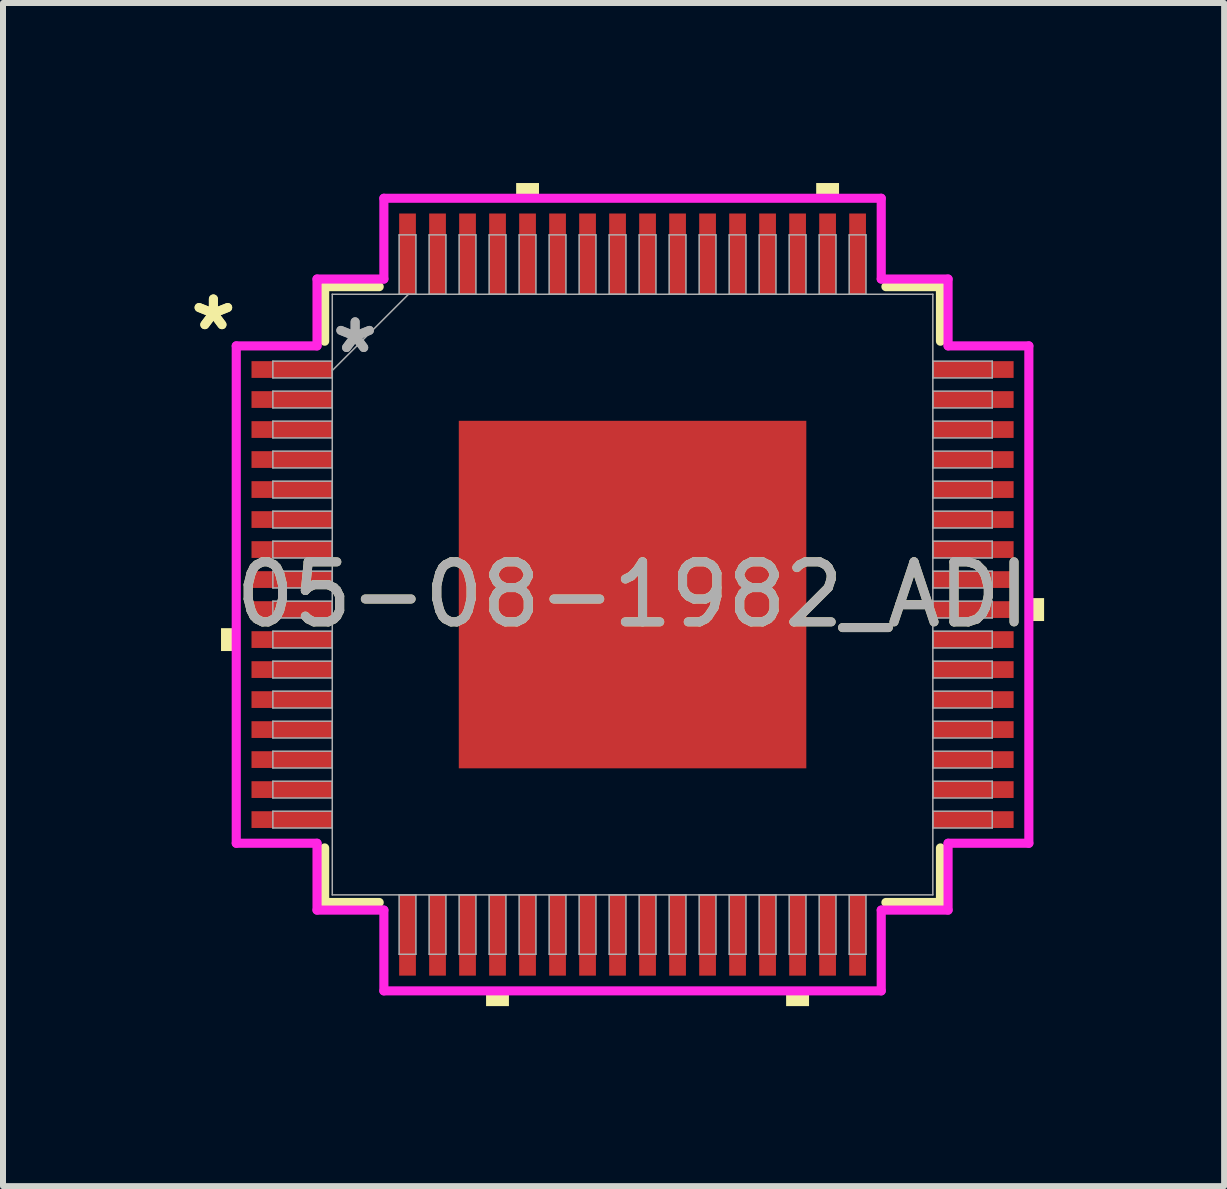
<source format=kicad_pcb>
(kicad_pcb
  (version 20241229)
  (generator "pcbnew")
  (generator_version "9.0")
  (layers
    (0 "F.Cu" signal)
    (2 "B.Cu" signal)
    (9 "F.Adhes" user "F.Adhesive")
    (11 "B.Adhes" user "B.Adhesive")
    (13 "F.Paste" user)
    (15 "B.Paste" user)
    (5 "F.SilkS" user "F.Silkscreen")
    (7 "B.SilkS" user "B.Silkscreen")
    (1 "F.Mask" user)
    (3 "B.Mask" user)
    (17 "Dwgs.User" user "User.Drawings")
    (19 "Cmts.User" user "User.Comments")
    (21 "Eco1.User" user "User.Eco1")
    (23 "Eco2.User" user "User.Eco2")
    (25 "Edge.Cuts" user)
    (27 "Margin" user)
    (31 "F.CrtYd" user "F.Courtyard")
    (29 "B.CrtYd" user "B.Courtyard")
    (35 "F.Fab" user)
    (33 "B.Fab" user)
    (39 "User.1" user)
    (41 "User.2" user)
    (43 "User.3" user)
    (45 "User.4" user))
  (footprint "05-08-1982_ADI"
    (layer "F.Cu")
    (at 7.491 6.858)
    (property "Reference" "05-08-1982_ADI" (at 0 0 0) (unlocked yes) (layer "F.SilkS") (effects (font (size 1 1) (thickness 0.15))))
    (attr smd)
    (fp_line (start -5.131 -5.131) (end -5.131 -4.222) (stroke (width 0.152) (type solid)) (layer "F.SilkS"))
    (fp_line (start -5.131 4.222) (end -5.131 5.131) (stroke (width 0.152) (type solid)) (layer "F.SilkS"))
    (fp_line (start -5.131 5.131) (end -4.222 5.131) (stroke (width 0.152) (type solid)) (layer "F.SilkS"))
    (fp_line (start -4.222 -5.131) (end -5.131 -5.131) (stroke (width 0.152) (type solid)) (layer "F.SilkS"))
    (fp_line (start 4.222 5.131) (end 5.131 5.131) (stroke (width 0.152) (type solid)) (layer "F.SilkS"))
    (fp_line (start 5.131 -5.131) (end 4.222 -5.131) (stroke (width 0.152) (type solid)) (layer "F.SilkS"))
    (fp_line (start 5.131 -4.222) (end 5.131 -5.131) (stroke (width 0.152) (type solid)) (layer "F.SilkS"))
    (fp_line (start 5.131 5.131) (end 5.131 4.222) (stroke (width 0.152) (type solid)) (layer "F.SilkS"))
    (fp_poly (pts (xy -6.858 0.56) (xy -6.858 0.941) (xy -6.604 0.941) (xy -6.604 0.56)) (stroke (width 0) (type solid)) (fill yes) (layer "F.SilkS"))
    (fp_poly (pts (xy -2.441 6.604) (xy -2.441 6.858) (xy -2.06 6.858) (xy -2.06 6.604)) (stroke (width 0) (type solid)) (fill yes) (layer "F.SilkS"))
    (fp_poly (pts (xy -1.94 -6.604) (xy -1.94 -6.858) (xy -1.559 -6.858) (xy -1.559 -6.604)) (stroke (width 0) (type solid)) (fill yes) (layer "F.SilkS"))
    (fp_poly (pts (xy 2.559 6.604) (xy 2.559 6.858) (xy 2.941 6.858) (xy 2.941 6.604)) (stroke (width 0) (type solid)) (fill yes) (layer "F.SilkS"))
    (fp_poly (pts (xy 3.06 -6.604) (xy 3.06 -6.858) (xy 3.441 -6.858) (xy 3.441 -6.604)) (stroke (width 0) (type solid)) (fill yes) (layer "F.SilkS"))
    (fp_poly (pts (xy 6.858 0.059) (xy 6.858 0.441) (xy 6.604 0.441) (xy 6.604 0.059)) (stroke (width 0) (type solid)) (fill yes) (layer "F.SilkS"))
    (fp_poly (pts (xy -2.796 -2.796) (xy -2.796 -1.548) (xy -1.548 -1.548) (xy -1.548 -2.796)) (stroke (width 0) (type solid)) (fill yes) (layer "F.Paste"))
    (fp_poly (pts (xy -2.796 -1.348) (xy -2.796 -0.1) (xy -1.548 -0.1) (xy -1.548 -1.348)) (stroke (width 0) (type solid)) (fill yes) (layer "F.Paste"))
    (fp_poly (pts (xy -2.796 0.1) (xy -2.796 1.348) (xy -1.548 1.348) (xy -1.548 0.1)) (stroke (width 0) (type solid)) (fill yes) (layer "F.Paste"))
    (fp_poly (pts (xy -2.796 1.548) (xy -2.796 2.796) (xy -1.548 2.796) (xy -1.548 1.548)) (stroke (width 0) (type solid)) (fill yes) (layer "F.Paste"))
    (fp_poly (pts (xy -1.348 -2.796) (xy -1.348 -1.548) (xy -0.1 -1.548) (xy -0.1 -2.796)) (stroke (width 0) (type solid)) (fill yes) (layer "F.Paste"))
    (fp_poly (pts (xy -1.348 -1.348) (xy -1.348 -0.1) (xy -0.1 -0.1) (xy -0.1 -1.348)) (stroke (width 0) (type solid)) (fill yes) (layer "F.Paste"))
    (fp_poly (pts (xy -1.348 0.1) (xy -1.348 1.348) (xy -0.1 1.348) (xy -0.1 0.1)) (stroke (width 0) (type solid)) (fill yes) (layer "F.Paste"))
    (fp_poly (pts (xy -1.348 1.548) (xy -1.348 2.796) (xy -0.1 2.796) (xy -0.1 1.548)) (stroke (width 0) (type solid)) (fill yes) (layer "F.Paste"))
    (fp_poly (pts (xy 0.1 -2.796) (xy 0.1 -1.548) (xy 1.348 -1.548) (xy 1.348 -2.796)) (stroke (width 0) (type solid)) (fill yes) (layer "F.Paste"))
    (fp_poly (pts (xy 0.1 -1.348) (xy 0.1 -0.1) (xy 1.348 -0.1) (xy 1.348 -1.348)) (stroke (width 0) (type solid)) (fill yes) (layer "F.Paste"))
    (fp_poly (pts (xy 0.1 0.1) (xy 0.1 1.348) (xy 1.348 1.348) (xy 1.348 0.1)) (stroke (width 0) (type solid)) (fill yes) (layer "F.Paste"))
    (fp_poly (pts (xy 0.1 1.548) (xy 0.1 2.796) (xy 1.348 2.796) (xy 1.348 1.548)) (stroke (width 0) (type solid)) (fill yes) (layer "F.Paste"))
    (fp_poly (pts (xy 1.548 -2.796) (xy 1.548 -1.548) (xy 2.796 -1.548) (xy 2.796 -2.796)) (stroke (width 0) (type solid)) (fill yes) (layer "F.Paste"))
    (fp_poly (pts (xy 1.548 -1.348) (xy 1.548 -0.1) (xy 2.796 -0.1) (xy 2.796 -1.348)) (stroke (width 0) (type solid)) (fill yes) (layer "F.Paste"))
    (fp_poly (pts (xy 1.548 0.1) (xy 1.548 1.348) (xy 2.796 1.348) (xy 2.796 0.1)) (stroke (width 0) (type solid)) (fill yes) (layer "F.Paste"))
    (fp_poly (pts (xy 1.548 1.548) (xy 1.548 2.796) (xy 2.796 2.796) (xy 2.796 1.548)) (stroke (width 0) (type solid)) (fill yes) (layer "F.Paste"))
    (fp_line (start -6.604 -4.144) (end -5.258 -4.144) (stroke (width 0.152) (type solid)) (layer "F.CrtYd"))
    (fp_line (start -6.604 4.144) (end -6.604 -4.144) (stroke (width 0.152) (type solid)) (layer "F.CrtYd"))
    (fp_line (start -5.258 -5.258) (end -4.144 -5.258) (stroke (width 0.152) (type solid)) (layer "F.CrtYd"))
    (fp_line (start -5.258 -4.144) (end -5.258 -5.258) (stroke (width 0.152) (type solid)) (layer "F.CrtYd"))
    (fp_line (start -5.258 4.144) (end -6.604 4.144) (stroke (width 0.152) (type solid)) (layer "F.CrtYd"))
    (fp_line (start -5.258 5.258) (end -5.258 4.144) (stroke (width 0.152) (type solid)) (layer "F.CrtYd"))
    (fp_line (start -5.258 5.258) (end -4.144 5.258) (stroke (width 0.152) (type solid)) (layer "F.CrtYd"))
    (fp_line (start -4.144 -6.604) (end 4.144 -6.604) (stroke (width 0.152) (type solid)) (layer "F.CrtYd"))
    (fp_line (start -4.144 -5.258) (end -4.144 -6.604) (stroke (width 0.152) (type solid)) (layer "F.CrtYd"))
    (fp_line (start -4.144 5.258) (end -4.144 6.604) (stroke (width 0.152) (type solid)) (layer "F.CrtYd"))
    (fp_line (start -4.144 6.604) (end 4.144 6.604) (stroke (width 0.152) (type solid)) (layer "F.CrtYd"))
    (fp_line (start 4.144 -6.604) (end 4.144 -5.258) (stroke (width 0.152) (type solid)) (layer "F.CrtYd"))
    (fp_line (start 4.144 -5.258) (end 5.258 -5.258) (stroke (width 0.152) (type solid)) (layer "F.CrtYd"))
    (fp_line (start 4.144 5.258) (end 5.258 5.258) (stroke (width 0.152) (type solid)) (layer "F.CrtYd"))
    (fp_line (start 4.144 6.604) (end 4.144 5.258) (stroke (width 0.152) (type solid)) (layer "F.CrtYd"))
    (fp_line (start 5.258 -4.144) (end 5.258 -5.258) (stroke (width 0.152) (type solid)) (layer "F.CrtYd"))
    (fp_line (start 5.258 4.144) (end 6.604 4.144) (stroke (width 0.152) (type solid)) (layer "F.CrtYd"))
    (fp_line (start 5.258 5.258) (end 5.258 4.144) (stroke (width 0.152) (type solid)) (layer "F.CrtYd"))
    (fp_line (start 6.604 -4.144) (end 5.258 -4.144) (stroke (width 0.152) (type solid)) (layer "F.CrtYd"))
    (fp_line (start 6.604 4.144) (end 6.604 -4.144) (stroke (width 0.152) (type solid)) (layer "F.CrtYd"))
    (fp_line (start -5.994 -3.89) (end -5.994 -3.61) (stroke (width 0.025) (type solid)) (layer "F.Fab"))
    (fp_line (start -5.994 -3.61) (end -5.004 -3.61) (stroke (width 0.025) (type solid)) (layer "F.Fab"))
    (fp_line (start -5.994 -3.39) (end -5.994 -3.11) (stroke (width 0.025) (type solid)) (layer "F.Fab"))
    (fp_line (start -5.994 -3.11) (end -5.004 -3.11) (stroke (width 0.025) (type solid)) (layer "F.Fab"))
    (fp_line (start -5.994 -2.89) (end -5.994 -2.61) (stroke (width 0.025) (type solid)) (layer "F.Fab"))
    (fp_line (start -5.994 -2.61) (end -5.004 -2.61) (stroke (width 0.025) (type solid)) (layer "F.Fab"))
    (fp_line (start -5.994 -2.39) (end -5.994 -2.11) (stroke (width 0.025) (type solid)) (layer "F.Fab"))
    (fp_line (start -5.994 -2.11) (end -5.004 -2.11) (stroke (width 0.025) (type solid)) (layer "F.Fab"))
    (fp_line (start -5.994 -1.89) (end -5.994 -1.61) (stroke (width 0.025) (type solid)) (layer "F.Fab"))
    (fp_line (start -5.994 -1.61) (end -5.004 -1.61) (stroke (width 0.025) (type solid)) (layer "F.Fab"))
    (fp_line (start -5.994 -1.39) (end -5.994 -1.11) (stroke (width 0.025) (type solid)) (layer "F.Fab"))
    (fp_line (start -5.994 -1.11) (end -5.004 -1.11) (stroke (width 0.025) (type solid)) (layer "F.Fab"))
    (fp_line (start -5.994 -0.89) (end -5.994 -0.61) (stroke (width 0.025) (type solid)) (layer "F.Fab"))
    (fp_line (start -5.994 -0.61) (end -5.004 -0.61) (stroke (width 0.025) (type solid)) (layer "F.Fab"))
    (fp_line (start -5.994 -0.39) (end -5.994 -0.11) (stroke (width 0.025) (type solid)) (layer "F.Fab"))
    (fp_line (start -5.994 -0.11) (end -5.004 -0.11) (stroke (width 0.025) (type solid)) (layer "F.Fab"))
    (fp_line (start -5.994 0.11) (end -5.994 0.39) (stroke (width 0.025) (type solid)) (layer "F.Fab"))
    (fp_line (start -5.994 0.39) (end -5.004 0.39) (stroke (width 0.025) (type solid)) (layer "F.Fab"))
    (fp_line (start -5.994 0.61) (end -5.994 0.89) (stroke (width 0.025) (type solid)) (layer "F.Fab"))
    (fp_line (start -5.994 0.89) (end -5.004 0.89) (stroke (width 0.025) (type solid)) (layer "F.Fab"))
    (fp_line (start -5.994 1.11) (end -5.994 1.39) (stroke (width 0.025) (type solid)) (layer "F.Fab"))
    (fp_line (start -5.994 1.39) (end -5.004 1.39) (stroke (width 0.025) (type solid)) (layer "F.Fab"))
    (fp_line (start -5.994 1.61) (end -5.994 1.89) (stroke (width 0.025) (type solid)) (layer "F.Fab"))
    (fp_line (start -5.994 1.89) (end -5.004 1.89) (stroke (width 0.025) (type solid)) (layer "F.Fab"))
    (fp_line (start -5.994 2.11) (end -5.994 2.39) (stroke (width 0.025) (type solid)) (layer "F.Fab"))
    (fp_line (start -5.994 2.39) (end -5.004 2.39) (stroke (width 0.025) (type solid)) (layer "F.Fab"))
    (fp_line (start -5.994 2.61) (end -5.994 2.89) (stroke (width 0.025) (type solid)) (layer "F.Fab"))
    (fp_line (start -5.994 2.89) (end -5.004 2.89) (stroke (width 0.025) (type solid)) (layer "F.Fab"))
    (fp_line (start -5.994 3.11) (end -5.994 3.39) (stroke (width 0.025) (type solid)) (layer "F.Fab"))
    (fp_line (start -5.994 3.39) (end -5.004 3.39) (stroke (width 0.025) (type solid)) (layer "F.Fab"))
    (fp_line (start -5.994 3.61) (end -5.994 3.89) (stroke (width 0.025) (type solid)) (layer "F.Fab"))
    (fp_line (start -5.994 3.89) (end -5.004 3.89) (stroke (width 0.025) (type solid)) (layer "F.Fab"))
    (fp_line (start -5.004 -5.004) (end -5.004 5.004) (stroke (width 0.025) (type solid)) (layer "F.Fab"))
    (fp_line (start -5.004 -3.89) (end -5.994 -3.89) (stroke (width 0.025) (type solid)) (layer "F.Fab"))
    (fp_line (start -5.004 -3.734) (end -3.734 -5.004) (stroke (width 0.025) (type solid)) (layer "F.Fab"))
    (fp_line (start -5.004 -3.61) (end -5.004 -3.89) (stroke (width 0.025) (type solid)) (layer "F.Fab"))
    (fp_line (start -5.004 -3.39) (end -5.994 -3.39) (stroke (width 0.025) (type solid)) (layer "F.Fab"))
    (fp_line (start -5.004 -3.11) (end -5.004 -3.39) (stroke (width 0.025) (type solid)) (layer "F.Fab"))
    (fp_line (start -5.004 -2.89) (end -5.994 -2.89) (stroke (width 0.025) (type solid)) (layer "F.Fab"))
    (fp_line (start -5.004 -2.61) (end -5.004 -2.89) (stroke (width 0.025) (type solid)) (layer "F.Fab"))
    (fp_line (start -5.004 -2.39) (end -5.994 -2.39) (stroke (width 0.025) (type solid)) (layer "F.Fab"))
    (fp_line (start -5.004 -2.11) (end -5.004 -2.39) (stroke (width 0.025) (type solid)) (layer "F.Fab"))
    (fp_line (start -5.004 -1.89) (end -5.994 -1.89) (stroke (width 0.025) (type solid)) (layer "F.Fab"))
    (fp_line (start -5.004 -1.61) (end -5.004 -1.89) (stroke (width 0.025) (type solid)) (layer "F.Fab"))
    (fp_line (start -5.004 -1.39) (end -5.994 -1.39) (stroke (width 0.025) (type solid)) (layer "F.Fab"))
    (fp_line (start -5.004 -1.11) (end -5.004 -1.39) (stroke (width 0.025) (type solid)) (layer "F.Fab"))
    (fp_line (start -5.004 -0.89) (end -5.994 -0.89) (stroke (width 0.025) (type solid)) (layer "F.Fab"))
    (fp_line (start -5.004 -0.61) (end -5.004 -0.89) (stroke (width 0.025) (type solid)) (layer "F.Fab"))
    (fp_line (start -5.004 -0.39) (end -5.994 -0.39) (stroke (width 0.025) (type solid)) (layer "F.Fab"))
    (fp_line (start -5.004 -0.11) (end -5.004 -0.39) (stroke (width 0.025) (type solid)) (layer "F.Fab"))
    (fp_line (start -5.004 0.11) (end -5.994 0.11) (stroke (width 0.025) (type solid)) (layer "F.Fab"))
    (fp_line (start -5.004 0.39) (end -5.004 0.11) (stroke (width 0.025) (type solid)) (layer "F.Fab"))
    (fp_line (start -5.004 0.61) (end -5.994 0.61) (stroke (width 0.025) (type solid)) (layer "F.Fab"))
    (fp_line (start -5.004 0.89) (end -5.004 0.61) (stroke (width 0.025) (type solid)) (layer "F.Fab"))
    (fp_line (start -5.004 1.11) (end -5.994 1.11) (stroke (width 0.025) (type solid)) (layer "F.Fab"))
    (fp_line (start -5.004 1.39) (end -5.004 1.11) (stroke (width 0.025) (type solid)) (layer "F.Fab"))
    (fp_line (start -5.004 1.61) (end -5.994 1.61) (stroke (width 0.025) (type solid)) (layer "F.Fab"))
    (fp_line (start -5.004 1.89) (end -5.004 1.61) (stroke (width 0.025) (type solid)) (layer "F.Fab"))
    (fp_line (start -5.004 2.11) (end -5.994 2.11) (stroke (width 0.025) (type solid)) (layer "F.Fab"))
    (fp_line (start -5.004 2.39) (end -5.004 2.11) (stroke (width 0.025) (type solid)) (layer "F.Fab"))
    (fp_line (start -5.004 2.61) (end -5.994 2.61) (stroke (width 0.025) (type solid)) (layer "F.Fab"))
    (fp_line (start -5.004 2.89) (end -5.004 2.61) (stroke (width 0.025) (type solid)) (layer "F.Fab"))
    (fp_line (start -5.004 3.11) (end -5.994 3.11) (stroke (width 0.025) (type solid)) (layer "F.Fab"))
    (fp_line (start -5.004 3.39) (end -5.004 3.11) (stroke (width 0.025) (type solid)) (layer "F.Fab"))
    (fp_line (start -5.004 3.61) (end -5.994 3.61) (stroke (width 0.025) (type solid)) (layer "F.Fab"))
    (fp_line (start -5.004 3.89) (end -5.004 3.61) (stroke (width 0.025) (type solid)) (layer "F.Fab"))
    (fp_line (start -5.004 5.004) (end 5.004 5.004) (stroke (width 0.025) (type solid)) (layer "F.Fab"))
    (fp_line (start -3.89 -5.994) (end -3.89 -5.004) (stroke (width 0.025) (type solid)) (layer "F.Fab"))
    (fp_line (start -3.89 -5.004) (end -3.61 -5.004) (stroke (width 0.025) (type solid)) (layer "F.Fab"))
    (fp_line (start -3.89 5.004) (end -3.89 5.994) (stroke (width 0.025) (type solid)) (layer "F.Fab"))
    (fp_line (start -3.89 5.994) (end -3.61 5.994) (stroke (width 0.025) (type solid)) (layer "F.Fab"))
    (fp_line (start -3.61 -5.994) (end -3.89 -5.994) (stroke (width 0.025) (type solid)) (layer "F.Fab"))
    (fp_line (start -3.61 -5.004) (end -3.61 -5.994) (stroke (width 0.025) (type solid)) (layer "F.Fab"))
    (fp_line (start -3.61 5.004) (end -3.89 5.004) (stroke (width 0.025) (type solid)) (layer "F.Fab"))
    (fp_line (start -3.61 5.994) (end -3.61 5.004) (stroke (width 0.025) (type solid)) (layer "F.Fab"))
    (fp_line (start -3.39 -5.994) (end -3.39 -5.004) (stroke (width 0.025) (type solid)) (layer "F.Fab"))
    (fp_line (start -3.39 -5.004) (end -3.11 -5.004) (stroke (width 0.025) (type solid)) (layer "F.Fab"))
    (fp_line (start -3.39 5.004) (end -3.39 5.994) (stroke (width 0.025) (type solid)) (layer "F.Fab"))
    (fp_line (start -3.39 5.994) (end -3.11 5.994) (stroke (width 0.025) (type solid)) (layer "F.Fab"))
    (fp_line (start -3.11 -5.994) (end -3.39 -5.994) (stroke (width 0.025) (type solid)) (layer "F.Fab"))
    (fp_line (start -3.11 -5.004) (end -3.11 -5.994) (stroke (width 0.025) (type solid)) (layer "F.Fab"))
    (fp_line (start -3.11 5.004) (end -3.39 5.004) (stroke (width 0.025) (type solid)) (layer "F.Fab"))
    (fp_line (start -3.11 5.994) (end -3.11 5.004) (stroke (width 0.025) (type solid)) (layer "F.Fab"))
    (fp_line (start -2.89 -5.994) (end -2.89 -5.004) (stroke (width 0.025) (type solid)) (layer "F.Fab"))
    (fp_line (start -2.89 -5.004) (end -2.61 -5.004) (stroke (width 0.025) (type solid)) (layer "F.Fab"))
    (fp_line (start -2.89 5.004) (end -2.89 5.994) (stroke (width 0.025) (type solid)) (layer "F.Fab"))
    (fp_line (start -2.89 5.994) (end -2.61 5.994) (stroke (width 0.025) (type solid)) (layer "F.Fab"))
    (fp_line (start -2.61 -5.994) (end -2.89 -5.994) (stroke (width 0.025) (type solid)) (layer "F.Fab"))
    (fp_line (start -2.61 -5.004) (end -2.61 -5.994) (stroke (width 0.025) (type solid)) (layer "F.Fab"))
    (fp_line (start -2.61 5.004) (end -2.89 5.004) (stroke (width 0.025) (type solid)) (layer "F.Fab"))
    (fp_line (start -2.61 5.994) (end -2.61 5.004) (stroke (width 0.025) (type solid)) (layer "F.Fab"))
    (fp_line (start -2.39 -5.994) (end -2.39 -5.004) (stroke (width 0.025) (type solid)) (layer "F.Fab"))
    (fp_line (start -2.39 -5.004) (end -2.11 -5.004) (stroke (width 0.025) (type solid)) (layer "F.Fab"))
    (fp_line (start -2.39 5.004) (end -2.39 5.994) (stroke (width 0.025) (type solid)) (layer "F.Fab"))
    (fp_line (start -2.39 5.994) (end -2.11 5.994) (stroke (width 0.025) (type solid)) (layer "F.Fab"))
    (fp_line (start -2.11 -5.994) (end -2.39 -5.994) (stroke (width 0.025) (type solid)) (layer "F.Fab"))
    (fp_line (start -2.11 -5.004) (end -2.11 -5.994) (stroke (width 0.025) (type solid)) (layer "F.Fab"))
    (fp_line (start -2.11 5.004) (end -2.39 5.004) (stroke (width 0.025) (type solid)) (layer "F.Fab"))
    (fp_line (start -2.11 5.994) (end -2.11 5.004) (stroke (width 0.025) (type solid)) (layer "F.Fab"))
    (fp_line (start -1.89 -5.994) (end -1.89 -5.004) (stroke (width 0.025) (type solid)) (layer "F.Fab"))
    (fp_line (start -1.89 -5.004) (end -1.61 -5.004) (stroke (width 0.025) (type solid)) (layer "F.Fab"))
    (fp_line (start -1.89 5.004) (end -1.89 5.994) (stroke (width 0.025) (type solid)) (layer "F.Fab"))
    (fp_line (start -1.89 5.994) (end -1.61 5.994) (stroke (width 0.025) (type solid)) (layer "F.Fab"))
    (fp_line (start -1.61 -5.994) (end -1.89 -5.994) (stroke (width 0.025) (type solid)) (layer "F.Fab"))
    (fp_line (start -1.61 -5.004) (end -1.61 -5.994) (stroke (width 0.025) (type solid)) (layer "F.Fab"))
    (fp_line (start -1.61 5.004) (end -1.89 5.004) (stroke (width 0.025) (type solid)) (layer "F.Fab"))
    (fp_line (start -1.61 5.994) (end -1.61 5.004) (stroke (width 0.025) (type solid)) (layer "F.Fab"))
    (fp_line (start -1.39 -5.994) (end -1.39 -5.004) (stroke (width 0.025) (type solid)) (layer "F.Fab"))
    (fp_line (start -1.39 -5.004) (end -1.11 -5.004) (stroke (width 0.025) (type solid)) (layer "F.Fab"))
    (fp_line (start -1.39 5.004) (end -1.39 5.994) (stroke (width 0.025) (type solid)) (layer "F.Fab"))
    (fp_line (start -1.39 5.994) (end -1.11 5.994) (stroke (width 0.025) (type solid)) (layer "F.Fab"))
    (fp_line (start -1.11 -5.994) (end -1.39 -5.994) (stroke (width 0.025) (type solid)) (layer "F.Fab"))
    (fp_line (start -1.11 -5.004) (end -1.11 -5.994) (stroke (width 0.025) (type solid)) (layer "F.Fab"))
    (fp_line (start -1.11 5.004) (end -1.39 5.004) (stroke (width 0.025) (type solid)) (layer "F.Fab"))
    (fp_line (start -1.11 5.994) (end -1.11 5.004) (stroke (width 0.025) (type solid)) (layer "F.Fab"))
    (fp_line (start -0.89 -5.994) (end -0.89 -5.004) (stroke (width 0.025) (type solid)) (layer "F.Fab"))
    (fp_line (start -0.89 -5.004) (end -0.61 -5.004) (stroke (width 0.025) (type solid)) (layer "F.Fab"))
    (fp_line (start -0.89 5.004) (end -0.89 5.994) (stroke (width 0.025) (type solid)) (layer "F.Fab"))
    (fp_line (start -0.89 5.994) (end -0.61 5.994) (stroke (width 0.025) (type solid)) (layer "F.Fab"))
    (fp_line (start -0.61 -5.994) (end -0.89 -5.994) (stroke (width 0.025) (type solid)) (layer "F.Fab"))
    (fp_line (start -0.61 -5.004) (end -0.61 -5.994) (stroke (width 0.025) (type solid)) (layer "F.Fab"))
    (fp_line (start -0.61 5.004) (end -0.89 5.004) (stroke (width 0.025) (type solid)) (layer "F.Fab"))
    (fp_line (start -0.61 5.994) (end -0.61 5.004) (stroke (width 0.025) (type solid)) (layer "F.Fab"))
    (fp_line (start -0.39 -5.994) (end -0.39 -5.004) (stroke (width 0.025) (type solid)) (layer "F.Fab"))
    (fp_line (start -0.39 -5.004) (end -0.11 -5.004) (stroke (width 0.025) (type solid)) (layer "F.Fab"))
    (fp_line (start -0.39 5.004) (end -0.39 5.994) (stroke (width 0.025) (type solid)) (layer "F.Fab"))
    (fp_line (start -0.39 5.994) (end -0.11 5.994) (stroke (width 0.025) (type solid)) (layer "F.Fab"))
    (fp_line (start -0.11 -5.994) (end -0.39 -5.994) (stroke (width 0.025) (type solid)) (layer "F.Fab"))
    (fp_line (start -0.11 -5.004) (end -0.11 -5.994) (stroke (width 0.025) (type solid)) (layer "F.Fab"))
    (fp_line (start -0.11 5.004) (end -0.39 5.004) (stroke (width 0.025) (type solid)) (layer "F.Fab"))
    (fp_line (start -0.11 5.994) (end -0.11 5.004) (stroke (width 0.025) (type solid)) (layer "F.Fab"))
    (fp_line (start 0.11 -5.994) (end 0.11 -5.004) (stroke (width 0.025) (type solid)) (layer "F.Fab"))
    (fp_line (start 0.11 -5.004) (end 0.39 -5.004) (stroke (width 0.025) (type solid)) (layer "F.Fab"))
    (fp_line (start 0.11 5.004) (end 0.11 5.994) (stroke (width 0.025) (type solid)) (layer "F.Fab"))
    (fp_line (start 0.11 5.994) (end 0.39 5.994) (stroke (width 0.025) (type solid)) (layer "F.Fab"))
    (fp_line (start 0.39 -5.994) (end 0.11 -5.994) (stroke (width 0.025) (type solid)) (layer "F.Fab"))
    (fp_line (start 0.39 -5.004) (end 0.39 -5.994) (stroke (width 0.025) (type solid)) (layer "F.Fab"))
    (fp_line (start 0.39 5.004) (end 0.11 5.004) (stroke (width 0.025) (type solid)) (layer "F.Fab"))
    (fp_line (start 0.39 5.994) (end 0.39 5.004) (stroke (width 0.025) (type solid)) (layer "F.Fab"))
    (fp_line (start 0.61 -5.994) (end 0.61 -5.004) (stroke (width 0.025) (type solid)) (layer "F.Fab"))
    (fp_line (start 0.61 -5.004) (end 0.89 -5.004) (stroke (width 0.025) (type solid)) (layer "F.Fab"))
    (fp_line (start 0.61 5.004) (end 0.61 5.994) (stroke (width 0.025) (type solid)) (layer "F.Fab"))
    (fp_line (start 0.61 5.994) (end 0.89 5.994) (stroke (width 0.025) (type solid)) (layer "F.Fab"))
    (fp_line (start 0.89 -5.994) (end 0.61 -5.994) (stroke (width 0.025) (type solid)) (layer "F.Fab"))
    (fp_line (start 0.89 -5.004) (end 0.89 -5.994) (stroke (width 0.025) (type solid)) (layer "F.Fab"))
    (fp_line (start 0.89 5.004) (end 0.61 5.004) (stroke (width 0.025) (type solid)) (layer "F.Fab"))
    (fp_line (start 0.89 5.994) (end 0.89 5.004) (stroke (width 0.025) (type solid)) (layer "F.Fab"))
    (fp_line (start 1.11 -5.994) (end 1.11 -5.004) (stroke (width 0.025) (type solid)) (layer "F.Fab"))
    (fp_line (start 1.11 -5.004) (end 1.39 -5.004) (stroke (width 0.025) (type solid)) (layer "F.Fab"))
    (fp_line (start 1.11 5.004) (end 1.11 5.994) (stroke (width 0.025) (type solid)) (layer "F.Fab"))
    (fp_line (start 1.11 5.994) (end 1.39 5.994) (stroke (width 0.025) (type solid)) (layer "F.Fab"))
    (fp_line (start 1.39 -5.994) (end 1.11 -5.994) (stroke (width 0.025) (type solid)) (layer "F.Fab"))
    (fp_line (start 1.39 -5.004) (end 1.39 -5.994) (stroke (width 0.025) (type solid)) (layer "F.Fab"))
    (fp_line (start 1.39 5.004) (end 1.11 5.004) (stroke (width 0.025) (type solid)) (layer "F.Fab"))
    (fp_line (start 1.39 5.994) (end 1.39 5.004) (stroke (width 0.025) (type solid)) (layer "F.Fab"))
    (fp_line (start 1.61 -5.994) (end 1.61 -5.004) (stroke (width 0.025) (type solid)) (layer "F.Fab"))
    (fp_line (start 1.61 -5.004) (end 1.89 -5.004) (stroke (width 0.025) (type solid)) (layer "F.Fab"))
    (fp_line (start 1.61 5.004) (end 1.61 5.994) (stroke (width 0.025) (type solid)) (layer "F.Fab"))
    (fp_line (start 1.61 5.994) (end 1.89 5.994) (stroke (width 0.025) (type solid)) (layer "F.Fab"))
    (fp_line (start 1.89 -5.994) (end 1.61 -5.994) (stroke (width 0.025) (type solid)) (layer "F.Fab"))
    (fp_line (start 1.89 -5.004) (end 1.89 -5.994) (stroke (width 0.025) (type solid)) (layer "F.Fab"))
    (fp_line (start 1.89 5.004) (end 1.61 5.004) (stroke (width 0.025) (type solid)) (layer "F.Fab"))
    (fp_line (start 1.89 5.994) (end 1.89 5.004) (stroke (width 0.025) (type solid)) (layer "F.Fab"))
    (fp_line (start 2.11 -5.994) (end 2.11 -5.004) (stroke (width 0.025) (type solid)) (layer "F.Fab"))
    (fp_line (start 2.11 -5.004) (end 2.39 -5.004) (stroke (width 0.025) (type solid)) (layer "F.Fab"))
    (fp_line (start 2.11 5.004) (end 2.11 5.994) (stroke (width 0.025) (type solid)) (layer "F.Fab"))
    (fp_line (start 2.11 5.994) (end 2.39 5.994) (stroke (width 0.025) (type solid)) (layer "F.Fab"))
    (fp_line (start 2.39 -5.994) (end 2.11 -5.994) (stroke (width 0.025) (type solid)) (layer "F.Fab"))
    (fp_line (start 2.39 -5.004) (end 2.39 -5.994) (stroke (width 0.025) (type solid)) (layer "F.Fab"))
    (fp_line (start 2.39 5.004) (end 2.11 5.004) (stroke (width 0.025) (type solid)) (layer "F.Fab"))
    (fp_line (start 2.39 5.994) (end 2.39 5.004) (stroke (width 0.025) (type solid)) (layer "F.Fab"))
    (fp_line (start 2.61 -5.994) (end 2.61 -5.004) (stroke (width 0.025) (type solid)) (layer "F.Fab"))
    (fp_line (start 2.61 -5.004) (end 2.89 -5.004) (stroke (width 0.025) (type solid)) (layer "F.Fab"))
    (fp_line (start 2.61 5.004) (end 2.61 5.994) (stroke (width 0.025) (type solid)) (layer "F.Fab"))
    (fp_line (start 2.61 5.994) (end 2.89 5.994) (stroke (width 0.025) (type solid)) (layer "F.Fab"))
    (fp_line (start 2.89 -5.994) (end 2.61 -5.994) (stroke (width 0.025) (type solid)) (layer "F.Fab"))
    (fp_line (start 2.89 -5.004) (end 2.89 -5.994) (stroke (width 0.025) (type solid)) (layer "F.Fab"))
    (fp_line (start 2.89 5.004) (end 2.61 5.004) (stroke (width 0.025) (type solid)) (layer "F.Fab"))
    (fp_line (start 2.89 5.994) (end 2.89 5.004) (stroke (width 0.025) (type solid)) (layer "F.Fab"))
    (fp_line (start 3.11 -5.994) (end 3.11 -5.004) (stroke (width 0.025) (type solid)) (layer "F.Fab"))
    (fp_line (start 3.11 -5.004) (end 3.39 -5.004) (stroke (width 0.025) (type solid)) (layer "F.Fab"))
    (fp_line (start 3.11 5.004) (end 3.11 5.994) (stroke (width 0.025) (type solid)) (layer "F.Fab"))
    (fp_line (start 3.11 5.994) (end 3.39 5.994) (stroke (width 0.025) (type solid)) (layer "F.Fab"))
    (fp_line (start 3.39 -5.994) (end 3.11 -5.994) (stroke (width 0.025) (type solid)) (layer "F.Fab"))
    (fp_line (start 3.39 -5.004) (end 3.39 -5.994) (stroke (width 0.025) (type solid)) (layer "F.Fab"))
    (fp_line (start 3.39 5.004) (end 3.11 5.004) (stroke (width 0.025) (type solid)) (layer "F.Fab"))
    (fp_line (start 3.39 5.994) (end 3.39 5.004) (stroke (width 0.025) (type solid)) (layer "F.Fab"))
    (fp_line (start 3.61 -5.994) (end 3.61 -5.004) (stroke (width 0.025) (type solid)) (layer "F.Fab"))
    (fp_line (start 3.61 -5.004) (end 3.89 -5.004) (stroke (width 0.025) (type solid)) (layer "F.Fab"))
    (fp_line (start 3.61 5.004) (end 3.61 5.994) (stroke (width 0.025) (type solid)) (layer "F.Fab"))
    (fp_line (start 3.61 5.994) (end 3.89 5.994) (stroke (width 0.025) (type solid)) (layer "F.Fab"))
    (fp_line (start 3.89 -5.994) (end 3.61 -5.994) (stroke (width 0.025) (type solid)) (layer "F.Fab"))
    (fp_line (start 3.89 -5.004) (end 3.89 -5.994) (stroke (width 0.025) (type solid)) (layer "F.Fab"))
    (fp_line (start 3.89 5.004) (end 3.61 5.004) (stroke (width 0.025) (type solid)) (layer "F.Fab"))
    (fp_line (start 3.89 5.994) (end 3.89 5.004) (stroke (width 0.025) (type solid)) (layer "F.Fab"))
    (fp_line (start 5.004 -5.004) (end -5.004 -5.004) (stroke (width 0.025) (type solid)) (layer "F.Fab"))
    (fp_line (start 5.004 -3.89) (end 5.004 -3.61) (stroke (width 0.025) (type solid)) (layer "F.Fab"))
    (fp_line (start 5.004 -3.61) (end 5.994 -3.61) (stroke (width 0.025) (type solid)) (layer "F.Fab"))
    (fp_line (start 5.004 -3.39) (end 5.004 -3.11) (stroke (width 0.025) (type solid)) (layer "F.Fab"))
    (fp_line (start 5.004 -3.11) (end 5.994 -3.11) (stroke (width 0.025) (type solid)) (layer "F.Fab"))
    (fp_line (start 5.004 -2.89) (end 5.004 -2.61) (stroke (width 0.025) (type solid)) (layer "F.Fab"))
    (fp_line (start 5.004 -2.61) (end 5.994 -2.61) (stroke (width 0.025) (type solid)) (layer "F.Fab"))
    (fp_line (start 5.004 -2.39) (end 5.004 -2.11) (stroke (width 0.025) (type solid)) (layer "F.Fab"))
    (fp_line (start 5.004 -2.11) (end 5.994 -2.11) (stroke (width 0.025) (type solid)) (layer "F.Fab"))
    (fp_line (start 5.004 -1.89) (end 5.004 -1.61) (stroke (width 0.025) (type solid)) (layer "F.Fab"))
    (fp_line (start 5.004 -1.61) (end 5.994 -1.61) (stroke (width 0.025) (type solid)) (layer "F.Fab"))
    (fp_line (start 5.004 -1.39) (end 5.004 -1.11) (stroke (width 0.025) (type solid)) (layer "F.Fab"))
    (fp_line (start 5.004 -1.11) (end 5.994 -1.11) (stroke (width 0.025) (type solid)) (layer "F.Fab"))
    (fp_line (start 5.004 -0.89) (end 5.004 -0.61) (stroke (width 0.025) (type solid)) (layer "F.Fab"))
    (fp_line (start 5.004 -0.61) (end 5.994 -0.61) (stroke (width 0.025) (type solid)) (layer "F.Fab"))
    (fp_line (start 5.004 -0.39) (end 5.004 -0.11) (stroke (width 0.025) (type solid)) (layer "F.Fab"))
    (fp_line (start 5.004 -0.11) (end 5.994 -0.11) (stroke (width 0.025) (type solid)) (layer "F.Fab"))
    (fp_line (start 5.004 0.11) (end 5.004 0.39) (stroke (width 0.025) (type solid)) (layer "F.Fab"))
    (fp_line (start 5.004 0.39) (end 5.994 0.39) (stroke (width 0.025) (type solid)) (layer "F.Fab"))
    (fp_line (start 5.004 0.61) (end 5.004 0.89) (stroke (width 0.025) (type solid)) (layer "F.Fab"))
    (fp_line (start 5.004 0.89) (end 5.994 0.89) (stroke (width 0.025) (type solid)) (layer "F.Fab"))
    (fp_line (start 5.004 1.11) (end 5.004 1.39) (stroke (width 0.025) (type solid)) (layer "F.Fab"))
    (fp_line (start 5.004 1.39) (end 5.994 1.39) (stroke (width 0.025) (type solid)) (layer "F.Fab"))
    (fp_line (start 5.004 1.61) (end 5.004 1.89) (stroke (width 0.025) (type solid)) (layer "F.Fab"))
    (fp_line (start 5.004 1.89) (end 5.994 1.89) (stroke (width 0.025) (type solid)) (layer "F.Fab"))
    (fp_line (start 5.004 2.11) (end 5.004 2.39) (stroke (width 0.025) (type solid)) (layer "F.Fab"))
    (fp_line (start 5.004 2.39) (end 5.994 2.39) (stroke (width 0.025) (type solid)) (layer "F.Fab"))
    (fp_line (start 5.004 2.61) (end 5.004 2.89) (stroke (width 0.025) (type solid)) (layer "F.Fab"))
    (fp_line (start 5.004 2.89) (end 5.994 2.89) (stroke (width 0.025) (type solid)) (layer "F.Fab"))
    (fp_line (start 5.004 3.11) (end 5.004 3.39) (stroke (width 0.025) (type solid)) (layer "F.Fab"))
    (fp_line (start 5.004 3.39) (end 5.994 3.39) (stroke (width 0.025) (type solid)) (layer "F.Fab"))
    (fp_line (start 5.004 3.61) (end 5.004 3.89) (stroke (width 0.025) (type solid)) (layer "F.Fab"))
    (fp_line (start 5.004 3.89) (end 5.994 3.89) (stroke (width 0.025) (type solid)) (layer "F.Fab"))
    (fp_line (start 5.004 5.004) (end 5.004 -5.004) (stroke (width 0.025) (type solid)) (layer "F.Fab"))
    (fp_line (start 5.994 -3.89) (end 5.004 -3.89) (stroke (width 0.025) (type solid)) (layer "F.Fab"))
    (fp_line (start 5.994 -3.61) (end 5.994 -3.89) (stroke (width 0.025) (type solid)) (layer "F.Fab"))
    (fp_line (start 5.994 -3.39) (end 5.004 -3.39) (stroke (width 0.025) (type solid)) (layer "F.Fab"))
    (fp_line (start 5.994 -3.11) (end 5.994 -3.39) (stroke (width 0.025) (type solid)) (layer "F.Fab"))
    (fp_line (start 5.994 -2.89) (end 5.004 -2.89) (stroke (width 0.025) (type solid)) (layer "F.Fab"))
    (fp_line (start 5.994 -2.61) (end 5.994 -2.89) (stroke (width 0.025) (type solid)) (layer "F.Fab"))
    (fp_line (start 5.994 -2.39) (end 5.004 -2.39) (stroke (width 0.025) (type solid)) (layer "F.Fab"))
    (fp_line (start 5.994 -2.11) (end 5.994 -2.39) (stroke (width 0.025) (type solid)) (layer "F.Fab"))
    (fp_line (start 5.994 -1.89) (end 5.004 -1.89) (stroke (width 0.025) (type solid)) (layer "F.Fab"))
    (fp_line (start 5.994 -1.61) (end 5.994 -1.89) (stroke (width 0.025) (type solid)) (layer "F.Fab"))
    (fp_line (start 5.994 -1.39) (end 5.004 -1.39) (stroke (width 0.025) (type solid)) (layer "F.Fab"))
    (fp_line (start 5.994 -1.11) (end 5.994 -1.39) (stroke (width 0.025) (type solid)) (layer "F.Fab"))
    (fp_line (start 5.994 -0.89) (end 5.004 -0.89) (stroke (width 0.025) (type solid)) (layer "F.Fab"))
    (fp_line (start 5.994 -0.61) (end 5.994 -0.89) (stroke (width 0.025) (type solid)) (layer "F.Fab"))
    (fp_line (start 5.994 -0.39) (end 5.004 -0.39) (stroke (width 0.025) (type solid)) (layer "F.Fab"))
    (fp_line (start 5.994 -0.11) (end 5.994 -0.39) (stroke (width 0.025) (type solid)) (layer "F.Fab"))
    (fp_line (start 5.994 0.11) (end 5.004 0.11) (stroke (width 0.025) (type solid)) (layer "F.Fab"))
    (fp_line (start 5.994 0.39) (end 5.994 0.11) (stroke (width 0.025) (type solid)) (layer "F.Fab"))
    (fp_line (start 5.994 0.61) (end 5.004 0.61) (stroke (width 0.025) (type solid)) (layer "F.Fab"))
    (fp_line (start 5.994 0.89) (end 5.994 0.61) (stroke (width 0.025) (type solid)) (layer "F.Fab"))
    (fp_line (start 5.994 1.11) (end 5.004 1.11) (stroke (width 0.025) (type solid)) (layer "F.Fab"))
    (fp_line (start 5.994 1.39) (end 5.994 1.11) (stroke (width 0.025) (type solid)) (layer "F.Fab"))
    (fp_line (start 5.994 1.61) (end 5.004 1.61) (stroke (width 0.025) (type solid)) (layer "F.Fab"))
    (fp_line (start 5.994 1.89) (end 5.994 1.61) (stroke (width 0.025) (type solid)) (layer "F.Fab"))
    (fp_line (start 5.994 2.11) (end 5.004 2.11) (stroke (width 0.025) (type solid)) (layer "F.Fab"))
    (fp_line (start 5.994 2.39) (end 5.994 2.11) (stroke (width 0.025) (type solid)) (layer "F.Fab"))
    (fp_line (start 5.994 2.61) (end 5.004 2.61) (stroke (width 0.025) (type solid)) (layer "F.Fab"))
    (fp_line (start 5.994 2.89) (end 5.994 2.61) (stroke (width 0.025) (type solid)) (layer "F.Fab"))
    (fp_line (start 5.994 3.11) (end 5.004 3.11) (stroke (width 0.025) (type solid)) (layer "F.Fab"))
    (fp_line (start 5.994 3.39) (end 5.994 3.11) (stroke (width 0.025) (type solid)) (layer "F.Fab"))
    (fp_line (start 5.994 3.61) (end 5.004 3.61) (stroke (width 0.025) (type solid)) (layer "F.Fab"))
    (fp_line (start 5.994 3.89) (end 5.994 3.61) (stroke (width 0.025) (type solid)) (layer "F.Fab"))
    (fp_text user "*" (at -6.985 -4.381 0) (layer "F.SilkS") (effects (font (size 1 1) (thickness 0.15))))
    (fp_text user "*" (at -6.985 -4.381 0) (unlocked yes) (layer "F.SilkS") (effects (font (size 1 1) (thickness 0.15))))
    (fp_text user "${REFERENCE}" (at 0 0 0) (unlocked yes) (layer "F.Fab") (effects (font (size 1 1) (thickness 0.15))))
    (fp_text user "*" (at -4.623 -4 0) (layer "F.Fab") (effects (font (size 1 1) (thickness 0.15))))
    (fp_text user "*" (at -4.623 -4 0) (unlocked yes) (layer "F.Fab") (effects (font (size 1 1) (thickness 0.15))))
    (pad "1" smd rect (at -5.677 -3.75 90) (size 0.279 1.346) (layers "F.Cu" "F.Mask" "F.Paste"))
    (pad "2" smd rect (at -5.677 -3.25 90) (size 0.279 1.346) (layers "F.Cu" "F.Mask" "F.Paste"))
    (pad "3" smd rect (at -5.677 -2.75 90) (size 0.279 1.346) (layers "F.Cu" "F.Mask" "F.Paste"))
    (pad "4" smd rect (at -5.677 -2.25 90) (size 0.279 1.346) (layers "F.Cu" "F.Mask" "F.Paste"))
    (pad "5" smd rect (at -5.677 -1.75 90) (size 0.279 1.346) (layers "F.Cu" "F.Mask" "F.Paste"))
    (pad "6" smd rect (at -5.677 -1.25 90) (size 0.279 1.346) (layers "F.Cu" "F.Mask" "F.Paste"))
    (pad "7" smd rect (at -5.677 -0.75 90) (size 0.279 1.346) (layers "F.Cu" "F.Mask" "F.Paste"))
    (pad "8" smd rect (at -5.677 -0.25 90) (size 0.279 1.346) (layers "F.Cu" "F.Mask" "F.Paste"))
    (pad "9" smd rect (at -5.677 0.25 90) (size 0.279 1.346) (layers "F.Cu" "F.Mask" "F.Paste"))
    (pad "10" smd rect (at -5.677 0.75 90) (size 0.279 1.346) (layers "F.Cu" "F.Mask" "F.Paste"))
    (pad "11" smd rect (at -5.677 1.25 90) (size 0.279 1.346) (layers "F.Cu" "F.Mask" "F.Paste"))
    (pad "12" smd rect (at -5.677 1.75 90) (size 0.279 1.346) (layers "F.Cu" "F.Mask" "F.Paste"))
    (pad "13" smd rect (at -5.677 2.25 90) (size 0.279 1.346) (layers "F.Cu" "F.Mask" "F.Paste"))
    (pad "14" smd rect (at -5.677 2.75 90) (size 0.279 1.346) (layers "F.Cu" "F.Mask" "F.Paste"))
    (pad "15" smd rect (at -5.677 3.25 90) (size 0.279 1.346) (layers "F.Cu" "F.Mask" "F.Paste"))
    (pad "16" smd rect (at -5.677 3.75 90) (size 0.279 1.346) (layers "F.Cu" "F.Mask" "F.Paste"))
    (pad "17" smd rect (at -3.75 5.677) (size 0.279 1.346) (layers "F.Cu" "F.Mask" "F.Paste"))
    (pad "18" smd rect (at -3.25 5.677) (size 0.279 1.346) (layers "F.Cu" "F.Mask" "F.Paste"))
    (pad "19" smd rect (at -2.75 5.677) (size 0.279 1.346) (layers "F.Cu" "F.Mask" "F.Paste"))
    (pad "20" smd rect (at -2.25 5.677) (size 0.279 1.346) (layers "F.Cu" "F.Mask" "F.Paste"))
    (pad "21" smd rect (at -1.75 5.677) (size 0.279 1.346) (layers "F.Cu" "F.Mask" "F.Paste"))
    (pad "22" smd rect (at -1.25 5.677) (size 0.279 1.346) (layers "F.Cu" "F.Mask" "F.Paste"))
    (pad "23" smd rect (at -0.75 5.677) (size 0.279 1.346) (layers "F.Cu" "F.Mask" "F.Paste"))
    (pad "24" smd rect (at -0.25 5.677) (size 0.279 1.346) (layers "F.Cu" "F.Mask" "F.Paste"))
    (pad "25" smd rect (at 0.25 5.677) (size 0.279 1.346) (layers "F.Cu" "F.Mask" "F.Paste"))
    (pad "26" smd rect (at 0.75 5.677) (size 0.279 1.346) (layers "F.Cu" "F.Mask" "F.Paste"))
    (pad "27" smd rect (at 1.25 5.677) (size 0.279 1.346) (layers "F.Cu" "F.Mask" "F.Paste"))
    (pad "28" smd rect (at 1.75 5.677) (size 0.279 1.346) (layers "F.Cu" "F.Mask" "F.Paste"))
    (pad "29" smd rect (at 2.25 5.677) (size 0.279 1.346) (layers "F.Cu" "F.Mask" "F.Paste"))
    (pad "30" smd rect (at 2.75 5.677) (size 0.279 1.346) (layers "F.Cu" "F.Mask" "F.Paste"))
    (pad "31" smd rect (at 3.25 5.677) (size 0.279 1.346) (layers "F.Cu" "F.Mask" "F.Paste"))
    (pad "32" smd rect (at 3.75 5.677) (size 0.279 1.346) (layers "F.Cu" "F.Mask" "F.Paste"))
    (pad "33" smd rect (at 5.677 3.75 90) (size 0.279 1.346) (layers "F.Cu" "F.Mask" "F.Paste"))
    (pad "34" smd rect (at 5.677 3.25 90) (size 0.279 1.346) (layers "F.Cu" "F.Mask" "F.Paste"))
    (pad "35" smd rect (at 5.677 2.75 90) (size 0.279 1.346) (layers "F.Cu" "F.Mask" "F.Paste"))
    (pad "36" smd rect (at 5.677 2.25 90) (size 0.279 1.346) (layers "F.Cu" "F.Mask" "F.Paste"))
    (pad "37" smd rect (at 5.677 1.75 90) (size 0.279 1.346) (layers "F.Cu" "F.Mask" "F.Paste"))
    (pad "38" smd rect (at 5.677 1.25 90) (size 0.279 1.346) (layers "F.Cu" "F.Mask" "F.Paste"))
    (pad "39" smd rect (at 5.677 0.75 90) (size 0.279 1.346) (layers "F.Cu" "F.Mask" "F.Paste"))
    (pad "40" smd rect (at 5.677 0.25 90) (size 0.279 1.346) (layers "F.Cu" "F.Mask" "F.Paste"))
    (pad "41" smd rect (at 5.677 -0.25 90) (size 0.279 1.346) (layers "F.Cu" "F.Mask" "F.Paste"))
    (pad "42" smd rect (at 5.677 -0.75 90) (size 0.279 1.346) (layers "F.Cu" "F.Mask" "F.Paste"))
    (pad "43" smd rect (at 5.677 -1.25 90) (size 0.279 1.346) (layers "F.Cu" "F.Mask" "F.Paste"))
    (pad "44" smd rect (at 5.677 -1.75 90) (size 0.279 1.346) (layers "F.Cu" "F.Mask" "F.Paste"))
    (pad "45" smd rect (at 5.677 -2.25 90) (size 0.279 1.346) (layers "F.Cu" "F.Mask" "F.Paste"))
    (pad "46" smd rect (at 5.677 -2.75 90) (size 0.279 1.346) (layers "F.Cu" "F.Mask" "F.Paste"))
    (pad "47" smd rect (at 5.677 -3.25 90) (size 0.279 1.346) (layers "F.Cu" "F.Mask" "F.Paste"))
    (pad "48" smd rect (at 5.677 -3.75 90) (size 0.279 1.346) (layers "F.Cu" "F.Mask" "F.Paste"))
    (pad "49" smd rect (at 3.75 -5.677) (size 0.279 1.346) (layers "F.Cu" "F.Mask" "F.Paste"))
    (pad "50" smd rect (at 3.25 -5.677) (size 0.279 1.346) (layers "F.Cu" "F.Mask" "F.Paste"))
    (pad "51" smd rect (at 2.75 -5.677) (size 0.279 1.346) (layers "F.Cu" "F.Mask" "F.Paste"))
    (pad "52" smd rect (at 2.25 -5.677) (size 0.279 1.346) (layers "F.Cu" "F.Mask" "F.Paste"))
    (pad "53" smd rect (at 1.75 -5.677) (size 0.279 1.346) (layers "F.Cu" "F.Mask" "F.Paste"))
    (pad "54" smd rect (at 1.25 -5.677) (size 0.279 1.346) (layers "F.Cu" "F.Mask" "F.Paste"))
    (pad "55" smd rect (at 0.75 -5.677) (size 0.279 1.346) (layers "F.Cu" "F.Mask" "F.Paste"))
    (pad "56" smd rect (at 0.25 -5.677) (size 0.279 1.346) (layers "F.Cu" "F.Mask" "F.Paste"))
    (pad "57" smd rect (at -0.25 -5.677) (size 0.279 1.346) (layers "F.Cu" "F.Mask" "F.Paste"))
    (pad "58" smd rect (at -0.75 -5.677) (size 0.279 1.346) (layers "F.Cu" "F.Mask" "F.Paste"))
    (pad "59" smd rect (at -1.25 -5.677) (size 0.279 1.346) (layers "F.Cu" "F.Mask" "F.Paste"))
    (pad "60" smd rect (at -1.75 -5.677) (size 0.279 1.346) (layers "F.Cu" "F.Mask" "F.Paste"))
    (pad "61" smd rect (at -2.25 -5.677) (size 0.279 1.346) (layers "F.Cu" "F.Mask" "F.Paste"))
    (pad "62" smd rect (at -2.75 -5.677) (size 0.279 1.346) (layers "F.Cu" "F.Mask" "F.Paste"))
    (pad "63" smd rect (at -3.25 -5.677) (size 0.279 1.346) (layers "F.Cu" "F.Mask" "F.Paste"))
    (pad "64" smd rect (at -3.75 -5.677) (size 0.279 1.346) (layers "F.Cu" "F.Mask" "F.Paste"))
    (pad "65" smd rect (at 0 0) (size 5.791 5.791) (layers "F.Cu" "F.Mask")))
  (gr_rect
    (start -3 -3)
    (end 17.349 16.716)
    (stroke (width 0.1) (type default))
    (fill no)
    (layer "Edge.Cuts")))
</source>
